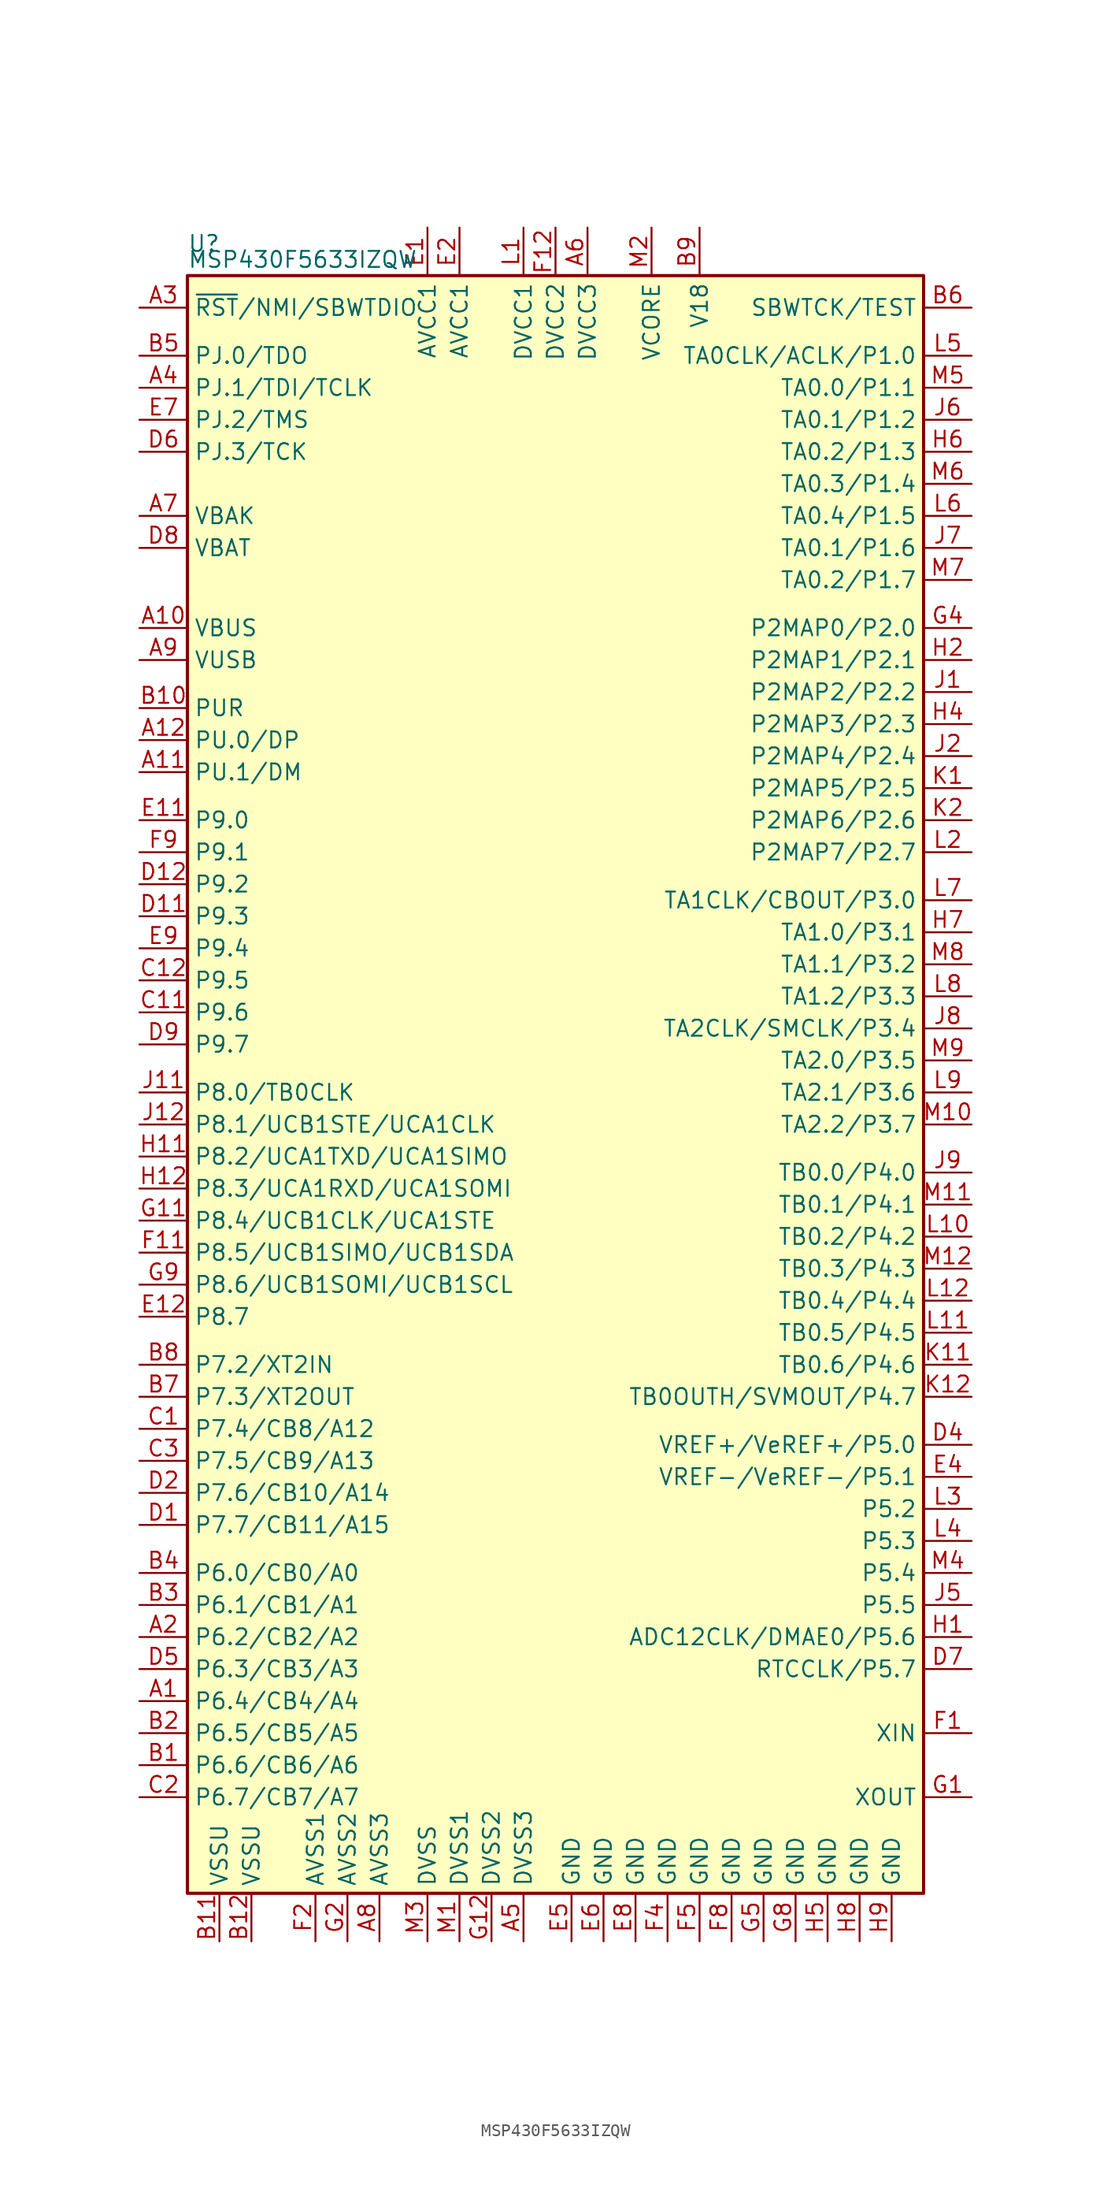
<source format=kicad_sym>
(kicad_symbol_lib
  (version 20231120)
  (generator "kicad_symbol_editor")
  (generator_version "8.0")
  (symbol "MSP430F5633IZQW"
    (property "Reference" "U"
      (at -29.21 66.04 0)
      (effects (font (size 1.27 1.27)) (justify left)))
    (property "Value" "MSP430F5633IZQW"
      (at -29.21 64.77 0)
      (effects (font (size 1.27 1.27)) (justify left)))
    (symbol "MSP430F5633IZQW_0_1"
      (rectangle (start -29.21 63.5) (end 29.21 -64.77) (stroke (width 0.254) (type default)) (fill (type background))))
    (symbol "MSP430F5633IZQW_1_1"
      (pin bidirectional line (at -33.02 -49.53 0) (length 3.81) (name "P6.4/CB4/A4" (effects (font (size 1.27 1.27)))) (number "A1" (effects (font (size 1.27 1.27)))))
      (pin bidirectional line (at -33.02 35.56 0) (length 3.81) (name "VBUS" (effects (font (size 1.27 1.27)))) (number "A10" (effects (font (size 1.27 1.27)))))
      (pin bidirectional line (at -33.02 24.13 0) (length 3.81) (name "PU.1/DM" (effects (font (size 1.27 1.27)))) (number "A11" (effects (font (size 1.27 1.27)))))
      (pin bidirectional line (at -33.02 26.67 0) (length 3.81) (name "PU.0/DP" (effects (font (size 1.27 1.27)))) (number "A12" (effects (font (size 1.27 1.27)))))
      (pin bidirectional line (at -33.02 -44.45 0) (length 3.81) (name "P6.2/CB2/A2" (effects (font (size 1.27 1.27)))) (number "A2" (effects (font (size 1.27 1.27)))))
      (pin input line (at -33.02 60.96 0) (length 3.81) (name "~{RST}/NMI/SBWTDIO" (effects (font (size 1.27 1.27)))) (number "A3" (effects (font (size 1.27 1.27)))))
      (pin bidirectional line (at -33.02 54.61 0) (length 3.81) (name "PJ.1/TDI/TCLK" (effects (font (size 1.27 1.27)))) (number "A4" (effects (font (size 1.27 1.27)))))
      (pin power_in line (at -2.54 -68.58 90) (length 3.81) (name "DVSS3" (effects (font (size 1.27 1.27)))) (number "A5" (effects (font (size 1.27 1.27)))))
      (pin power_in line (at 2.54 67.31 270) (length 3.81) (name "DVCC3" (effects (font (size 1.27 1.27)))) (number "A6" (effects (font (size 1.27 1.27)))))
      (pin bidirectional line (at -33.02 44.45 0) (length 3.81) (name "VBAK" (effects (font (size 1.27 1.27)))) (number "A7" (effects (font (size 1.27 1.27)))))
      (pin power_in line (at -13.97 -68.58 90) (length 3.81) (name "AVSS3" (effects (font (size 1.27 1.27)))) (number "A8" (effects (font (size 1.27 1.27)))))
      (pin bidirectional line (at -33.02 33.02 0) (length 3.81) (name "VUSB" (effects (font (size 1.27 1.27)))) (number "A9" (effects (font (size 1.27 1.27)))))
      (pin bidirectional line (at -33.02 -54.61 0) (length 3.81) (name "P6.6/CB6/A6" (effects (font (size 1.27 1.27)))) (number "B1" (effects (font (size 1.27 1.27)))))
      (pin bidirectional line (at -33.02 29.21 0) (length 3.81) (name "PUR" (effects (font (size 1.27 1.27)))) (number "B10" (effects (font (size 1.27 1.27)))))
      (pin power_in line (at -26.67 -68.58 90) (length 3.81) (name "VSSU" (effects (font (size 1.27 1.27)))) (number "B11" (effects (font (size 1.27 1.27)))))
      (pin power_in line (at -24.13 -68.58 90) (length 3.81) (name "VSSU" (effects (font (size 1.27 1.27)))) (number "B12" (effects (font (size 1.27 1.27)))))
      (pin bidirectional line (at -33.02 -52.07 0) (length 3.81) (name "P6.5/CB5/A5" (effects (font (size 1.27 1.27)))) (number "B2" (effects (font (size 1.27 1.27)))))
      (pin bidirectional line (at -33.02 -41.91 0) (length 3.81) (name "P6.1/CB1/A1" (effects (font (size 1.27 1.27)))) (number "B3" (effects (font (size 1.27 1.27)))))
      (pin bidirectional line (at -33.02 -39.37 0) (length 3.81) (name "P6.0/CB0/A0" (effects (font (size 1.27 1.27)))) (number "B4" (effects (font (size 1.27 1.27)))))
      (pin bidirectional line (at -33.02 57.15 0) (length 3.81) (name "PJ.0/TDO" (effects (font (size 1.27 1.27)))) (number "B5" (effects (font (size 1.27 1.27)))))
      (pin input line (at 33.02 60.96 180) (length 3.81) (name "SBWTCK/TEST" (effects (font (size 1.27 1.27)))) (number "B6" (effects (font (size 1.27 1.27)))))
      (pin bidirectional line (at -33.02 -25.4 0) (length 3.81) (name "P7.3/XT2OUT" (effects (font (size 1.27 1.27)))) (number "B7" (effects (font (size 1.27 1.27)))))
      (pin bidirectional line (at -33.02 -22.86 0) (length 3.81) (name "P7.2/XT2IN" (effects (font (size 1.27 1.27)))) (number "B8" (effects (font (size 1.27 1.27)))))
      (pin passive line (at 11.43 67.31 270) (length 3.81) (name "V18" (effects (font (size 1.27 1.27)))) (number "B9" (effects (font (size 1.27 1.27)))))
      (pin bidirectional line (at -33.02 -27.94 0) (length 3.81) (name "P7.4/CB8/A12" (effects (font (size 1.27 1.27)))) (number "C1" (effects (font (size 1.27 1.27)))))
      (pin bidirectional line (at -33.02 5.08 0) (length 3.81) (name "P9.6" (effects (font (size 1.27 1.27)))) (number "C11" (effects (font (size 1.27 1.27)))))
      (pin bidirectional line (at -33.02 7.62 0) (length 3.81) (name "P9.5" (effects (font (size 1.27 1.27)))) (number "C12" (effects (font (size 1.27 1.27)))))
      (pin bidirectional line (at -33.02 -57.15 0) (length 3.81) (name "P6.7/CB7/A7" (effects (font (size 1.27 1.27)))) (number "C2" (effects (font (size 1.27 1.27)))))
      (pin bidirectional line (at -33.02 -30.48 0) (length 3.81) (name "P7.5/CB9/A13" (effects (font (size 1.27 1.27)))) (number "C3" (effects (font (size 1.27 1.27)))))
      (pin bidirectional line (at -33.02 -35.56 0) (length 3.81) (name "P7.7/CB11/A15" (effects (font (size 1.27 1.27)))) (number "D1" (effects (font (size 1.27 1.27)))))
      (pin bidirectional line (at -33.02 12.7 0) (length 3.81) (name "P9.3" (effects (font (size 1.27 1.27)))) (number "D11" (effects (font (size 1.27 1.27)))))
      (pin bidirectional line (at -33.02 15.24 0) (length 3.81) (name "P9.2" (effects (font (size 1.27 1.27)))) (number "D12" (effects (font (size 1.27 1.27)))))
      (pin bidirectional line (at -33.02 -33.02 0) (length 3.81) (name "P7.6/CB10/A14" (effects (font (size 1.27 1.27)))) (number "D2" (effects (font (size 1.27 1.27)))))
      (pin bidirectional line (at 33.02 -29.21 180) (length 3.81) (name "VREF+/VeREF+/P5.0" (effects (font (size 1.27 1.27)))) (number "D4" (effects (font (size 1.27 1.27)))))
      (pin bidirectional line (at -33.02 -46.99 0) (length 3.81) (name "P6.3/CB3/A3" (effects (font (size 1.27 1.27)))) (number "D5" (effects (font (size 1.27 1.27)))))
      (pin bidirectional line (at -33.02 49.53 0) (length 3.81) (name "PJ.3/TCK" (effects (font (size 1.27 1.27)))) (number "D6" (effects (font (size 1.27 1.27)))))
      (pin bidirectional line (at 33.02 -46.99 180) (length 3.81) (name "RTCCLK/P5.7" (effects (font (size 1.27 1.27)))) (number "D7" (effects (font (size 1.27 1.27)))))
      (pin bidirectional line (at -33.02 41.91 0) (length 3.81) (name "VBAT" (effects (font (size 1.27 1.27)))) (number "D8" (effects (font (size 1.27 1.27)))))
      (pin bidirectional line (at -33.02 2.54 0) (length 3.81) (name "P9.7" (effects (font (size 1.27 1.27)))) (number "D9" (effects (font (size 1.27 1.27)))))
      (pin power_in line (at -10.16 67.31 270) (length 3.81) (name "AVCC1" (effects (font (size 1.27 1.27)))) (number "E1" (effects (font (size 1.27 1.27)))))
      (pin bidirectional line (at -33.02 20.32 0) (length 3.81) (name "P9.0" (effects (font (size 1.27 1.27)))) (number "E11" (effects (font (size 1.27 1.27)))))
      (pin bidirectional line (at -33.02 -19.05 0) (length 3.81) (name "P8.7" (effects (font (size 1.27 1.27)))) (number "E12" (effects (font (size 1.27 1.27)))))
      (pin power_in line (at -7.62 67.31 270) (length 3.81) (name "AVCC1" (effects (font (size 1.27 1.27)))) (number "E2" (effects (font (size 1.27 1.27)))))
      (pin bidirectional line (at 33.02 -31.75 180) (length 3.81) (name "VREF-/VeREF-/P5.1" (effects (font (size 1.27 1.27)))) (number "E4" (effects (font (size 1.27 1.27)))))
      (pin power_in line (at 1.27 -68.58 90) (length 3.81) (name "GND" (effects (font (size 1.27 1.27)))) (number "E5" (effects (font (size 1.27 1.27)))))
      (pin power_in line (at 3.81 -68.58 90) (length 3.81) (name "GND" (effects (font (size 1.27 1.27)))) (number "E6" (effects (font (size 1.27 1.27)))))
      (pin bidirectional line (at -33.02 52.07 0) (length 3.81) (name "PJ.2/TMS" (effects (font (size 1.27 1.27)))) (number "E7" (effects (font (size 1.27 1.27)))))
      (pin power_in line (at 6.35 -68.58 90) (length 3.81) (name "GND" (effects (font (size 1.27 1.27)))) (number "E8" (effects (font (size 1.27 1.27)))))
      (pin bidirectional line (at -33.02 10.16 0) (length 3.81) (name "P9.4" (effects (font (size 1.27 1.27)))) (number "E9" (effects (font (size 1.27 1.27)))))
      (pin bidirectional line (at 33.02 -52.07 180) (length 3.81) (name "XIN" (effects (font (size 1.27 1.27)))) (number "F1" (effects (font (size 1.27 1.27)))))
      (pin bidirectional line (at -33.02 -13.97 0) (length 3.81) (name "P8.5/UCB1SIMO/UCB1SDA" (effects (font (size 1.27 1.27)))) (number "F11" (effects (font (size 1.27 1.27)))))
      (pin power_in line (at 0 67.31 270) (length 3.81) (name "DVCC2" (effects (font (size 1.27 1.27)))) (number "F12" (effects (font (size 1.27 1.27)))))
      (pin power_in line (at -19.05 -68.58 90) (length 3.81) (name "AVSS1" (effects (font (size 1.27 1.27)))) (number "F2" (effects (font (size 1.27 1.27)))))
      (pin power_in line (at 8.89 -68.58 90) (length 3.81) (name "GND" (effects (font (size 1.27 1.27)))) (number "F4" (effects (font (size 1.27 1.27)))))
      (pin power_in line (at 11.43 -68.58 90) (length 3.81) (name "GND" (effects (font (size 1.27 1.27)))) (number "F5" (effects (font (size 1.27 1.27)))))
      (pin power_in line (at 13.97 -68.58 90) (length 3.81) (name "GND" (effects (font (size 1.27 1.27)))) (number "F8" (effects (font (size 1.27 1.27)))))
      (pin bidirectional line (at -33.02 17.78 0) (length 3.81) (name "P9.1" (effects (font (size 1.27 1.27)))) (number "F9" (effects (font (size 1.27 1.27)))))
      (pin bidirectional line (at 33.02 -57.15 180) (length 3.81) (name "XOUT" (effects (font (size 1.27 1.27)))) (number "G1" (effects (font (size 1.27 1.27)))))
      (pin bidirectional line (at -33.02 -11.43 0) (length 3.81) (name "P8.4/UCB1CLK/UCA1STE" (effects (font (size 1.27 1.27)))) (number "G11" (effects (font (size 1.27 1.27)))))
      (pin power_in line (at -5.08 -68.58 90) (length 3.81) (name "DVSS2" (effects (font (size 1.27 1.27)))) (number "G12" (effects (font (size 1.27 1.27)))))
      (pin power_in line (at -16.51 -68.58 90) (length 3.81) (name "AVSS2" (effects (font (size 1.27 1.27)))) (number "G2" (effects (font (size 1.27 1.27)))))
      (pin bidirectional line (at 33.02 35.56 180) (length 3.81) (name "P2MAP0/P2.0" (effects (font (size 1.27 1.27)))) (number "G4" (effects (font (size 1.27 1.27)))))
      (pin power_in line (at 16.51 -68.58 90) (length 3.81) (name "GND" (effects (font (size 1.27 1.27)))) (number "G5" (effects (font (size 1.27 1.27)))))
      (pin power_in line (at 19.05 -68.58 90) (length 3.81) (name "GND" (effects (font (size 1.27 1.27)))) (number "G8" (effects (font (size 1.27 1.27)))))
      (pin bidirectional line (at -33.02 -16.51 0) (length 3.81) (name "P8.6/UCB1SOMI/UCB1SCL" (effects (font (size 1.27 1.27)))) (number "G9" (effects (font (size 1.27 1.27)))))
      (pin bidirectional line (at 33.02 -44.45 180) (length 3.81) (name "ADC12CLK/DMAE0/P5.6" (effects (font (size 1.27 1.27)))) (number "H1" (effects (font (size 1.27 1.27)))))
      (pin bidirectional line (at -33.02 -6.35 0) (length 3.81) (name "P8.2/UCA1TXD/UCA1SIMO" (effects (font (size 1.27 1.27)))) (number "H11" (effects (font (size 1.27 1.27)))))
      (pin bidirectional line (at -33.02 -8.89 0) (length 3.81) (name "P8.3/UCA1RXD/UCA1SOMI" (effects (font (size 1.27 1.27)))) (number "H12" (effects (font (size 1.27 1.27)))))
      (pin bidirectional line (at 33.02 33.02 180) (length 3.81) (name "P2MAP1/P2.1" (effects (font (size 1.27 1.27)))) (number "H2" (effects (font (size 1.27 1.27)))))
      (pin bidirectional line (at 33.02 27.94 180) (length 3.81) (name "P2MAP3/P2.3" (effects (font (size 1.27 1.27)))) (number "H4" (effects (font (size 1.27 1.27)))))
      (pin power_in line (at 21.59 -68.58 90) (length 3.81) (name "GND" (effects (font (size 1.27 1.27)))) (number "H5" (effects (font (size 1.27 1.27)))))
      (pin bidirectional line (at 33.02 49.53 180) (length 3.81) (name "TA0.2/P1.3" (effects (font (size 1.27 1.27)))) (number "H6" (effects (font (size 1.27 1.27)))))
      (pin bidirectional line (at 33.02 11.43 180) (length 3.81) (name "TA1.0/P3.1" (effects (font (size 1.27 1.27)))) (number "H7" (effects (font (size 1.27 1.27)))))
      (pin power_in line (at 24.13 -68.58 90) (length 3.81) (name "GND" (effects (font (size 1.27 1.27)))) (number "H8" (effects (font (size 1.27 1.27)))))
      (pin power_in line (at 26.67 -68.58 90) (length 3.81) (name "GND" (effects (font (size 1.27 1.27)))) (number "H9" (effects (font (size 1.27 1.27)))))
      (pin bidirectional line (at 33.02 30.48 180) (length 3.81) (name "P2MAP2/P2.2" (effects (font (size 1.27 1.27)))) (number "J1" (effects (font (size 1.27 1.27)))))
      (pin bidirectional line (at -33.02 -1.27 0) (length 3.81) (name "P8.0/TB0CLK" (effects (font (size 1.27 1.27)))) (number "J11" (effects (font (size 1.27 1.27)))))
      (pin bidirectional line (at -33.02 -3.81 0) (length 3.81) (name "P8.1/UCB1STE/UCA1CLK" (effects (font (size 1.27 1.27)))) (number "J12" (effects (font (size 1.27 1.27)))))
      (pin bidirectional line (at 33.02 25.4 180) (length 3.81) (name "P2MAP4/P2.4" (effects (font (size 1.27 1.27)))) (number "J2" (effects (font (size 1.27 1.27)))))
      (pin bidirectional line (at 33.02 -41.91 180) (length 3.81) (name "P5.5" (effects (font (size 1.27 1.27)))) (number "J5" (effects (font (size 1.27 1.27)))))
      (pin bidirectional line (at 33.02 52.07 180) (length 3.81) (name "TA0.1/P1.2" (effects (font (size 1.27 1.27)))) (number "J6" (effects (font (size 1.27 1.27)))))
      (pin bidirectional line (at 33.02 41.91 180) (length 3.81) (name "TA0.1/P1.6" (effects (font (size 1.27 1.27)))) (number "J7" (effects (font (size 1.27 1.27)))))
      (pin bidirectional line (at 33.02 3.81 180) (length 3.81) (name "TA2CLK/SMCLK/P3.4" (effects (font (size 1.27 1.27)))) (number "J8" (effects (font (size 1.27 1.27)))))
      (pin bidirectional line (at 33.02 -7.62 180) (length 3.81) (name "TB0.0/P4.0" (effects (font (size 1.27 1.27)))) (number "J9" (effects (font (size 1.27 1.27)))))
      (pin bidirectional line (at 33.02 22.86 180) (length 3.81) (name "P2MAP5/P2.5" (effects (font (size 1.27 1.27)))) (number "K1" (effects (font (size 1.27 1.27)))))
      (pin bidirectional line (at 33.02 -22.86 180) (length 3.81) (name "TB0.6/P4.6" (effects (font (size 1.27 1.27)))) (number "K11" (effects (font (size 1.27 1.27)))))
      (pin bidirectional line (at 33.02 -25.4 180) (length 3.81) (name "TB0OUTH/SVMOUT/P4.7" (effects (font (size 1.27 1.27)))) (number "K12" (effects (font (size 1.27 1.27)))))
      (pin bidirectional line (at 33.02 20.32 180) (length 3.81) (name "P2MAP6/P2.6" (effects (font (size 1.27 1.27)))) (number "K2" (effects (font (size 1.27 1.27)))))
      (pin power_in line (at -2.54 67.31 270) (length 3.81) (name "DVCC1" (effects (font (size 1.27 1.27)))) (number "L1" (effects (font (size 1.27 1.27)))))
      (pin bidirectional line (at 33.02 -12.7 180) (length 3.81) (name "TB0.2/P4.2" (effects (font (size 1.27 1.27)))) (number "L10" (effects (font (size 1.27 1.27)))))
      (pin bidirectional line (at 33.02 -20.32 180) (length 3.81) (name "TB0.5/P4.5" (effects (font (size 1.27 1.27)))) (number "L11" (effects (font (size 1.27 1.27)))))
      (pin bidirectional line (at 33.02 -17.78 180) (length 3.81) (name "TB0.4/P4.4" (effects (font (size 1.27 1.27)))) (number "L12" (effects (font (size 1.27 1.27)))))
      (pin bidirectional line (at 33.02 17.78 180) (length 3.81) (name "P2MAP7/P2.7" (effects (font (size 1.27 1.27)))) (number "L2" (effects (font (size 1.27 1.27)))))
      (pin bidirectional line (at 33.02 -34.29 180) (length 3.81) (name "P5.2" (effects (font (size 1.27 1.27)))) (number "L3" (effects (font (size 1.27 1.27)))))
      (pin bidirectional line (at 33.02 -36.83 180) (length 3.81) (name "P5.3" (effects (font (size 1.27 1.27)))) (number "L4" (effects (font (size 1.27 1.27)))))
      (pin bidirectional line (at 33.02 57.15 180) (length 3.81) (name "TA0CLK/ACLK/P1.0" (effects (font (size 1.27 1.27)))) (number "L5" (effects (font (size 1.27 1.27)))))
      (pin bidirectional line (at 33.02 44.45 180) (length 3.81) (name "TA0.4/P1.5" (effects (font (size 1.27 1.27)))) (number "L6" (effects (font (size 1.27 1.27)))))
      (pin bidirectional line (at 33.02 13.97 180) (length 3.81) (name "TA1CLK/CBOUT/P3.0" (effects (font (size 1.27 1.27)))) (number "L7" (effects (font (size 1.27 1.27)))))
      (pin bidirectional line (at 33.02 6.35 180) (length 3.81) (name "TA1.2/P3.3" (effects (font (size 1.27 1.27)))) (number "L8" (effects (font (size 1.27 1.27)))))
      (pin bidirectional line (at 33.02 -1.27 180) (length 3.81) (name "TA2.1/P3.6" (effects (font (size 1.27 1.27)))) (number "L9" (effects (font (size 1.27 1.27)))))
      (pin power_in line (at -7.62 -68.58 90) (length 3.81) (name "DVSS1" (effects (font (size 1.27 1.27)))) (number "M1" (effects (font (size 1.27 1.27)))))
      (pin bidirectional line (at 33.02 -3.81 180) (length 3.81) (name "TA2.2/P3.7" (effects (font (size 1.27 1.27)))) (number "M10" (effects (font (size 1.27 1.27)))))
      (pin bidirectional line (at 33.02 -10.16 180) (length 3.81) (name "TB0.1/P4.1" (effects (font (size 1.27 1.27)))) (number "M11" (effects (font (size 1.27 1.27)))))
      (pin bidirectional line (at 33.02 -15.24 180) (length 3.81) (name "TB0.3/P4.3" (effects (font (size 1.27 1.27)))) (number "M12" (effects (font (size 1.27 1.27)))))
      (pin bidirectional line (at 7.62 67.31 270) (length 3.81) (name "VCORE" (effects (font (size 1.27 1.27)))) (number "M2" (effects (font (size 1.27 1.27)))))
      (pin power_in line (at -10.16 -68.58 90) (length 3.81) (name "DVSS" (effects (font (size 1.27 1.27)))) (number "M3" (effects (font (size 1.27 1.27)))))
      (pin bidirectional line (at 33.02 -39.37 180) (length 3.81) (name "P5.4" (effects (font (size 1.27 1.27)))) (number "M4" (effects (font (size 1.27 1.27)))))
      (pin bidirectional line (at 33.02 54.61 180) (length 3.81) (name "TA0.0/P1.1" (effects (font (size 1.27 1.27)))) (number "M5" (effects (font (size 1.27 1.27)))))
      (pin bidirectional line (at 33.02 46.99 180) (length 3.81) (name "TA0.3/P1.4" (effects (font (size 1.27 1.27)))) (number "M6" (effects (font (size 1.27 1.27)))))
      (pin bidirectional line (at 33.02 39.37 180) (length 3.81) (name "TA0.2/P1.7" (effects (font (size 1.27 1.27)))) (number "M7" (effects (font (size 1.27 1.27)))))
      (pin bidirectional line (at 33.02 8.89 180) (length 3.81) (name "TA1.1/P3.2" (effects (font (size 1.27 1.27)))) (number "M8" (effects (font (size 1.27 1.27)))))
      (pin bidirectional line (at 33.02 1.27 180) (length 3.81) (name "TA2.0/P3.5" (effects (font (size 1.27 1.27)))) (number "M9" (effects (font (size 1.27 1.27))))))))
</source>
